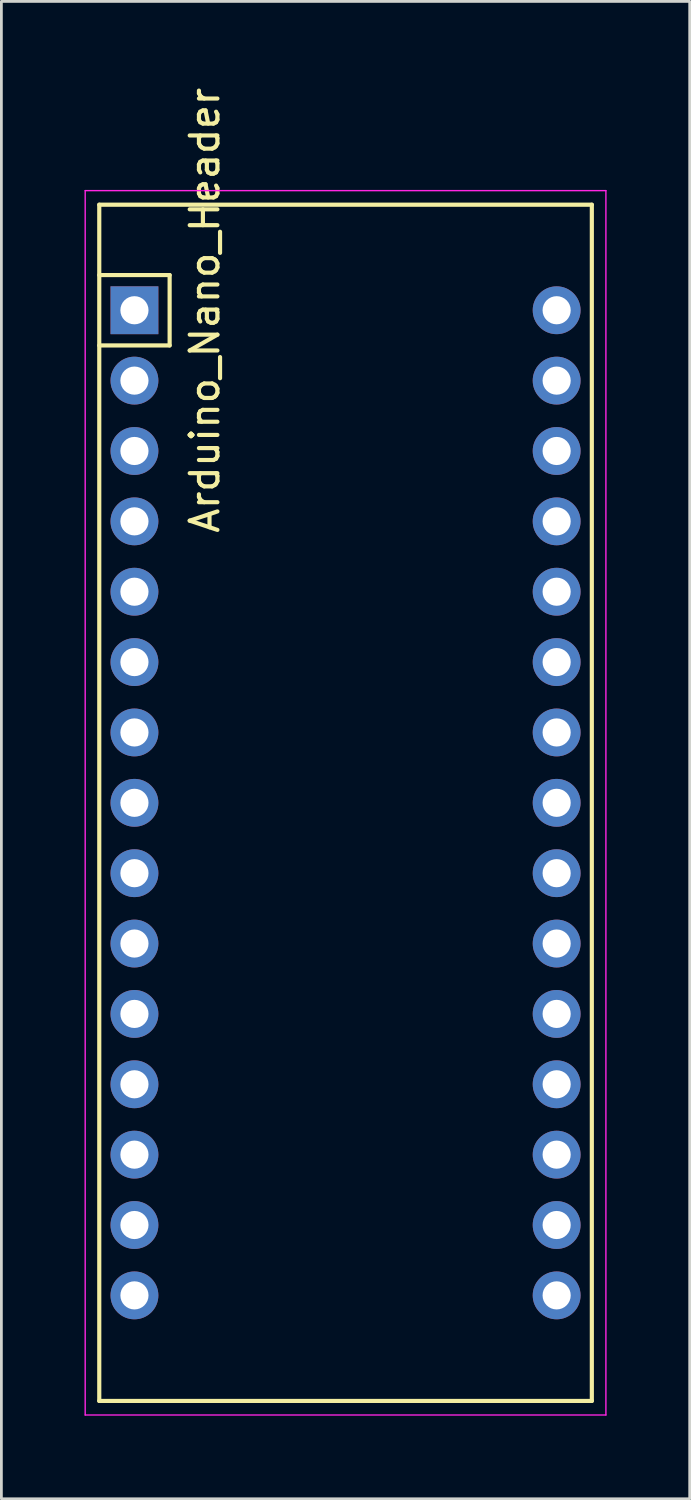
<source format=kicad_pcb>
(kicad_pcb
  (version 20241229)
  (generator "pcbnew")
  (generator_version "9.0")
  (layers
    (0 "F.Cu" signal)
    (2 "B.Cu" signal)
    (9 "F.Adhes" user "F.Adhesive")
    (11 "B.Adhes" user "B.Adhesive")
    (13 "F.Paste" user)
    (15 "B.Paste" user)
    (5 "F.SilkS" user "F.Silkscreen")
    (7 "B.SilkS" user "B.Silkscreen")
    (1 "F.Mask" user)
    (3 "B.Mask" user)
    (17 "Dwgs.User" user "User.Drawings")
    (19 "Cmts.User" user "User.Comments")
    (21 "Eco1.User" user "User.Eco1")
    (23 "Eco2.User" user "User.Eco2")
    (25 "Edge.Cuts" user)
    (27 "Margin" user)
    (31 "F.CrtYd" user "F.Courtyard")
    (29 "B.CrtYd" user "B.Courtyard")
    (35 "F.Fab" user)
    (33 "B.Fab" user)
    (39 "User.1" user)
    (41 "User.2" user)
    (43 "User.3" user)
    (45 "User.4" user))
  (footprint "Arduino_Nano_Header"
    (layer "F.Cu")
    (at 1.803 8.149)
    (property "Reference" "Arduino_Nano_Header" (at 2.54 0 90) (layer "F.SilkS") (effects (font (size 1 1) (thickness 0.15))))
    (attr through_hole)
    (fp_line (start -1.27 -3.81) (end -1.27 39.37) (stroke (width 0.15) (type solid)) (layer "F.SilkS"))
    (fp_line (start 1.27 -1.27) (end -1.27 -1.27) (stroke (width 0.15) (type solid)) (layer "F.SilkS"))
    (fp_line (start 1.27 -1.27) (end 1.27 1.27) (stroke (width 0.15) (type solid)) (layer "F.SilkS"))
    (fp_line (start 1.27 1.27) (end -1.27 1.27) (stroke (width 0.15) (type solid)) (layer "F.SilkS"))
    (fp_line (start 16.51 -3.81) (end -1.27 -3.81) (stroke (width 0.15) (type solid)) (layer "F.SilkS"))
    (fp_line (start 16.51 39.37) (end -1.27 39.37) (stroke (width 0.15) (type solid)) (layer "F.SilkS"))
    (fp_line (start 16.51 39.37) (end 16.51 -3.81) (stroke (width 0.15) (type solid)) (layer "F.SilkS"))
    (fp_line (start -1.778 -4.318) (end -1.778 39.878) (stroke (width 0.05) (type solid)) (layer "F.CrtYd"))
    (fp_line (start -1.778 -4.318) (end 17.018 -4.318) (stroke (width 0.05) (type solid)) (layer "F.CrtYd"))
    (fp_line (start -1.778 39.878) (end 17.018 39.878) (stroke (width 0.05) (type solid)) (layer "F.CrtYd"))
    (fp_line (start 17.018 -4.318) (end 17.018 39.878) (stroke (width 0.05) (type solid)) (layer "F.CrtYd"))
    (pad "1" thru_hole rect (at 0 0) (size 1.727 1.727) (drill 1.016) (layers "*.Cu" "*.Mask"))
    (pad "2" thru_hole oval (at 0 2.54) (size 1.727 1.727) (drill 1.016) (layers "*.Cu" "*.Mask"))
    (pad "3" thru_hole oval (at 0 5.08) (size 1.727 1.727) (drill 1.016) (layers "*.Cu" "*.Mask"))
    (pad "4" thru_hole oval (at 0 7.62) (size 1.727 1.727) (drill 1.016) (layers "*.Cu" "*.Mask"))
    (pad "5" thru_hole oval (at 0 10.16) (size 1.727 1.727) (drill 1.016) (layers "*.Cu" "*.Mask"))
    (pad "6" thru_hole oval (at 0 12.7) (size 1.727 1.727) (drill 1.016) (layers "*.Cu" "*.Mask"))
    (pad "7" thru_hole oval (at 0 15.24) (size 1.727 1.727) (drill 1.016) (layers "*.Cu" "*.Mask"))
    (pad "8" thru_hole oval (at 0 17.78) (size 1.727 1.727) (drill 1.016) (layers "*.Cu" "*.Mask"))
    (pad "9" thru_hole oval (at 0 20.32) (size 1.727 1.727) (drill 1.016) (layers "*.Cu" "*.Mask"))
    (pad "10" thru_hole oval (at 0 22.86) (size 1.727 1.727) (drill 1.016) (layers "*.Cu" "*.Mask"))
    (pad "11" thru_hole oval (at 0 25.4) (size 1.727 1.727) (drill 1.016) (layers "*.Cu" "*.Mask"))
    (pad "12" thru_hole oval (at 0 27.94) (size 1.727 1.727) (drill 1.016) (layers "*.Cu" "*.Mask"))
    (pad "13" thru_hole oval (at 0 30.48) (size 1.727 1.727) (drill 1.016) (layers "*.Cu" "*.Mask"))
    (pad "14" thru_hole oval (at 0 33.02) (size 1.727 1.727) (drill 1.016) (layers "*.Cu" "*.Mask"))
    (pad "15" thru_hole oval (at 0 35.56) (size 1.727 1.727) (drill 1.016) (layers "*.Cu" "*.Mask"))
    (pad "16" thru_hole oval (at 15.24 35.56) (size 1.727 1.727) (drill 1.016) (layers "*.Cu" "*.Mask"))
    (pad "17" thru_hole oval (at 15.24 33.02) (size 1.727 1.727) (drill 1.016) (layers "*.Cu" "*.Mask"))
    (pad "18" thru_hole oval (at 15.24 30.48) (size 1.727 1.727) (drill 1.016) (layers "*.Cu" "*.Mask"))
    (pad "19" thru_hole oval (at 15.24 27.94) (size 1.727 1.727) (drill 1.016) (layers "*.Cu" "*.Mask"))
    (pad "20" thru_hole oval (at 15.24 25.4) (size 1.727 1.727) (drill 1.016) (layers "*.Cu" "*.Mask"))
    (pad "21" thru_hole oval (at 15.24 22.86) (size 1.727 1.727) (drill 1.016) (layers "*.Cu" "*.Mask"))
    (pad "22" thru_hole oval (at 15.24 20.32) (size 1.727 1.727) (drill 1.016) (layers "*.Cu" "*.Mask"))
    (pad "23" thru_hole oval (at 15.24 17.78) (size 1.727 1.727) (drill 1.016) (layers "*.Cu" "*.Mask"))
    (pad "24" thru_hole oval (at 15.24 15.24) (size 1.727 1.727) (drill 1.016) (layers "*.Cu" "*.Mask"))
    (pad "25" thru_hole oval (at 15.24 12.7) (size 1.727 1.727) (drill 1.016) (layers "*.Cu" "*.Mask"))
    (pad "26" thru_hole oval (at 15.24 10.16) (size 1.727 1.727) (drill 1.016) (layers "*.Cu" "*.Mask"))
    (pad "27" thru_hole oval (at 15.24 7.62) (size 1.727 1.727) (drill 1.016) (layers "*.Cu" "*.Mask"))
    (pad "28" thru_hole oval (at 15.24 5.08) (size 1.727 1.727) (drill 1.016) (layers "*.Cu" "*.Mask"))
    (pad "29" thru_hole oval (at 15.24 2.54) (size 1.727 1.727) (drill 1.016) (layers "*.Cu" "*.Mask"))
    (pad "30" thru_hole oval (at 15.24 0) (size 1.727 1.727) (drill 1.016) (layers "*.Cu" "*.Mask")))
  (gr_rect
    (start -3 -3)
    (end 21.846 51.052)
    (stroke (width 0.1) (type default))
    (fill no)
    (layer "Edge.Cuts")))
</source>
